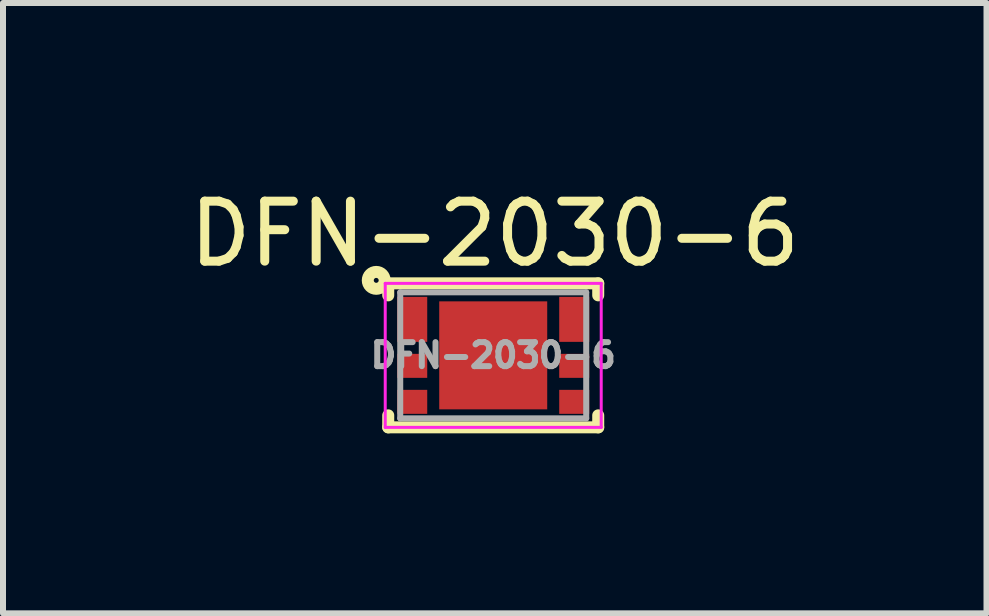
<source format=kicad_pcb>
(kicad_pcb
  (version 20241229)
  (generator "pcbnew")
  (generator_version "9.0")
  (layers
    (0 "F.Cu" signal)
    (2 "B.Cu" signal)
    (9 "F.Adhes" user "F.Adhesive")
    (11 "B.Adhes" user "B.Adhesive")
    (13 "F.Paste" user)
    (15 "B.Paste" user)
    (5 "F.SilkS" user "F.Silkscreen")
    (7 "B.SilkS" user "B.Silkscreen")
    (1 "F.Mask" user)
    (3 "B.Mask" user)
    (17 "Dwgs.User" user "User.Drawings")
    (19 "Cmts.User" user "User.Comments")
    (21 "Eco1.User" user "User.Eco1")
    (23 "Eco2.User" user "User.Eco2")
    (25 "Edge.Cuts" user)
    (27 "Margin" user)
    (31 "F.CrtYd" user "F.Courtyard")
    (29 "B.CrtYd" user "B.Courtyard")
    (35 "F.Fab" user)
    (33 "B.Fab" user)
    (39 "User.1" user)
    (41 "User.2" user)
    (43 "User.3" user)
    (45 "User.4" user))
  (footprint "DFN-2030-6"
    (layer "F.Cu")
    (at 5.171 2.873)
    (property "Reference" "DFN-2030-6" (at 0.025 -2.025 0) (unlocked yes) (layer "F.SilkS") (effects (font (size 1 1) (thickness 0.15))))
    (fp_line (start -1.75 -1.2) (end 1.75 -1.2) (stroke (width 0.2) (type solid)) (layer "F.SilkS"))
    (fp_line (start -1.75 -1.15) (end -1.75 -1.2) (stroke (width 0.12) (type solid)) (layer "F.SilkS"))
    (fp_line (start -1.75 -1) (end -1.75 -1.15) (stroke (width 0.2) (type solid)) (layer "F.SilkS"))
    (fp_line (start -1.75 1.2) (end -1.75 1) (stroke (width 0.2) (type solid)) (layer "F.SilkS"))
    (fp_line (start 1.75 -1.2) (end 1.75 -1) (stroke (width 0.2) (type solid)) (layer "F.SilkS"))
    (fp_line (start 1.75 1) (end 1.75 1.2) (stroke (width 0.2) (type solid)) (layer "F.SilkS"))
    (fp_line (start 1.75 1.2) (end -1.75 1.2) (stroke (width 0.2) (type solid)) (layer "F.SilkS"))
    (fp_circle (center -1.95 -1.25) (end -1.809 -1.25) (stroke (width 0.2) (type solid)) (fill no) (layer "F.SilkS"))
    (fp_line (start -1.8 -1.2) (end 1.8 -1.2) (stroke (width 0.05) (type solid)) (layer "F.CrtYd"))
    (fp_line (start -1.8 1.2) (end -1.8 -1.2) (stroke (width 0.05) (type solid)) (layer "F.CrtYd"))
    (fp_line (start 1.8 -1.2) (end 1.8 1.2) (stroke (width 0.05) (type solid)) (layer "F.CrtYd"))
    (fp_line (start 1.8 1.2) (end -1.8 1.2) (stroke (width 0.05) (type solid)) (layer "F.CrtYd"))
    (fp_line (start -1.55 -1.05) (end 1.55 -1.05) (stroke (width 0.1) (type solid)) (layer "F.Fab"))
    (fp_line (start -1.55 1.05) (end -1.55 -1.05) (stroke (width 0.1) (type solid)) (layer "F.Fab"))
    (fp_line (start 1.55 -1.05) (end 1.55 1.05) (stroke (width 0.1) (type solid)) (layer "F.Fab"))
    (fp_line (start 1.55 1.05) (end -1.55 1.05) (stroke (width 0.1) (type solid)) (layer "F.Fab"))
    (fp_text user "${REFERENCE}" (at 0 0 0) (unlocked yes) (layer "F.Fab") (effects (font (size 0.4 0.4) (thickness 0.1))))
    (pad "1" smd rect (at -1.35 -0.6 90) (size 0.75 0.5) (layers "F.Cu" "F.Mask" "F.Paste"))
    (pad "2" smd rect (at -1.35 0.175 90) (size 0.4 0.5) (layers "F.Cu" "F.Mask" "F.Paste"))
    (pad "3" smd rect (at -1.35 0.775 90) (size 0.4 0.5) (layers "F.Cu" "F.Mask" "F.Paste"))
    (pad "4" smd rect (at 1.35 0.775 90) (size 0.4 0.5) (layers "F.Cu" "F.Mask" "F.Paste"))
    (pad "5" smd rect (at 1.35 0.175 90) (size 0.4 0.5) (layers "F.Cu" "F.Mask" "F.Paste"))
    (pad "6" smd rect (at 1.35 -0.6 90) (size 0.75 0.5) (layers "F.Cu" "F.Mask" "F.Paste"))
    (pad "7" smd rect (at 0 0) (size 1.8 1.8) (layers "F.Cu" "F.Mask" "F.Paste")))
  (gr_rect
    (start -3 -3)
    (end 13.393 7.173)
    (stroke (width 0.1) (type default))
    (fill no)
    (layer "Edge.Cuts")))
</source>
